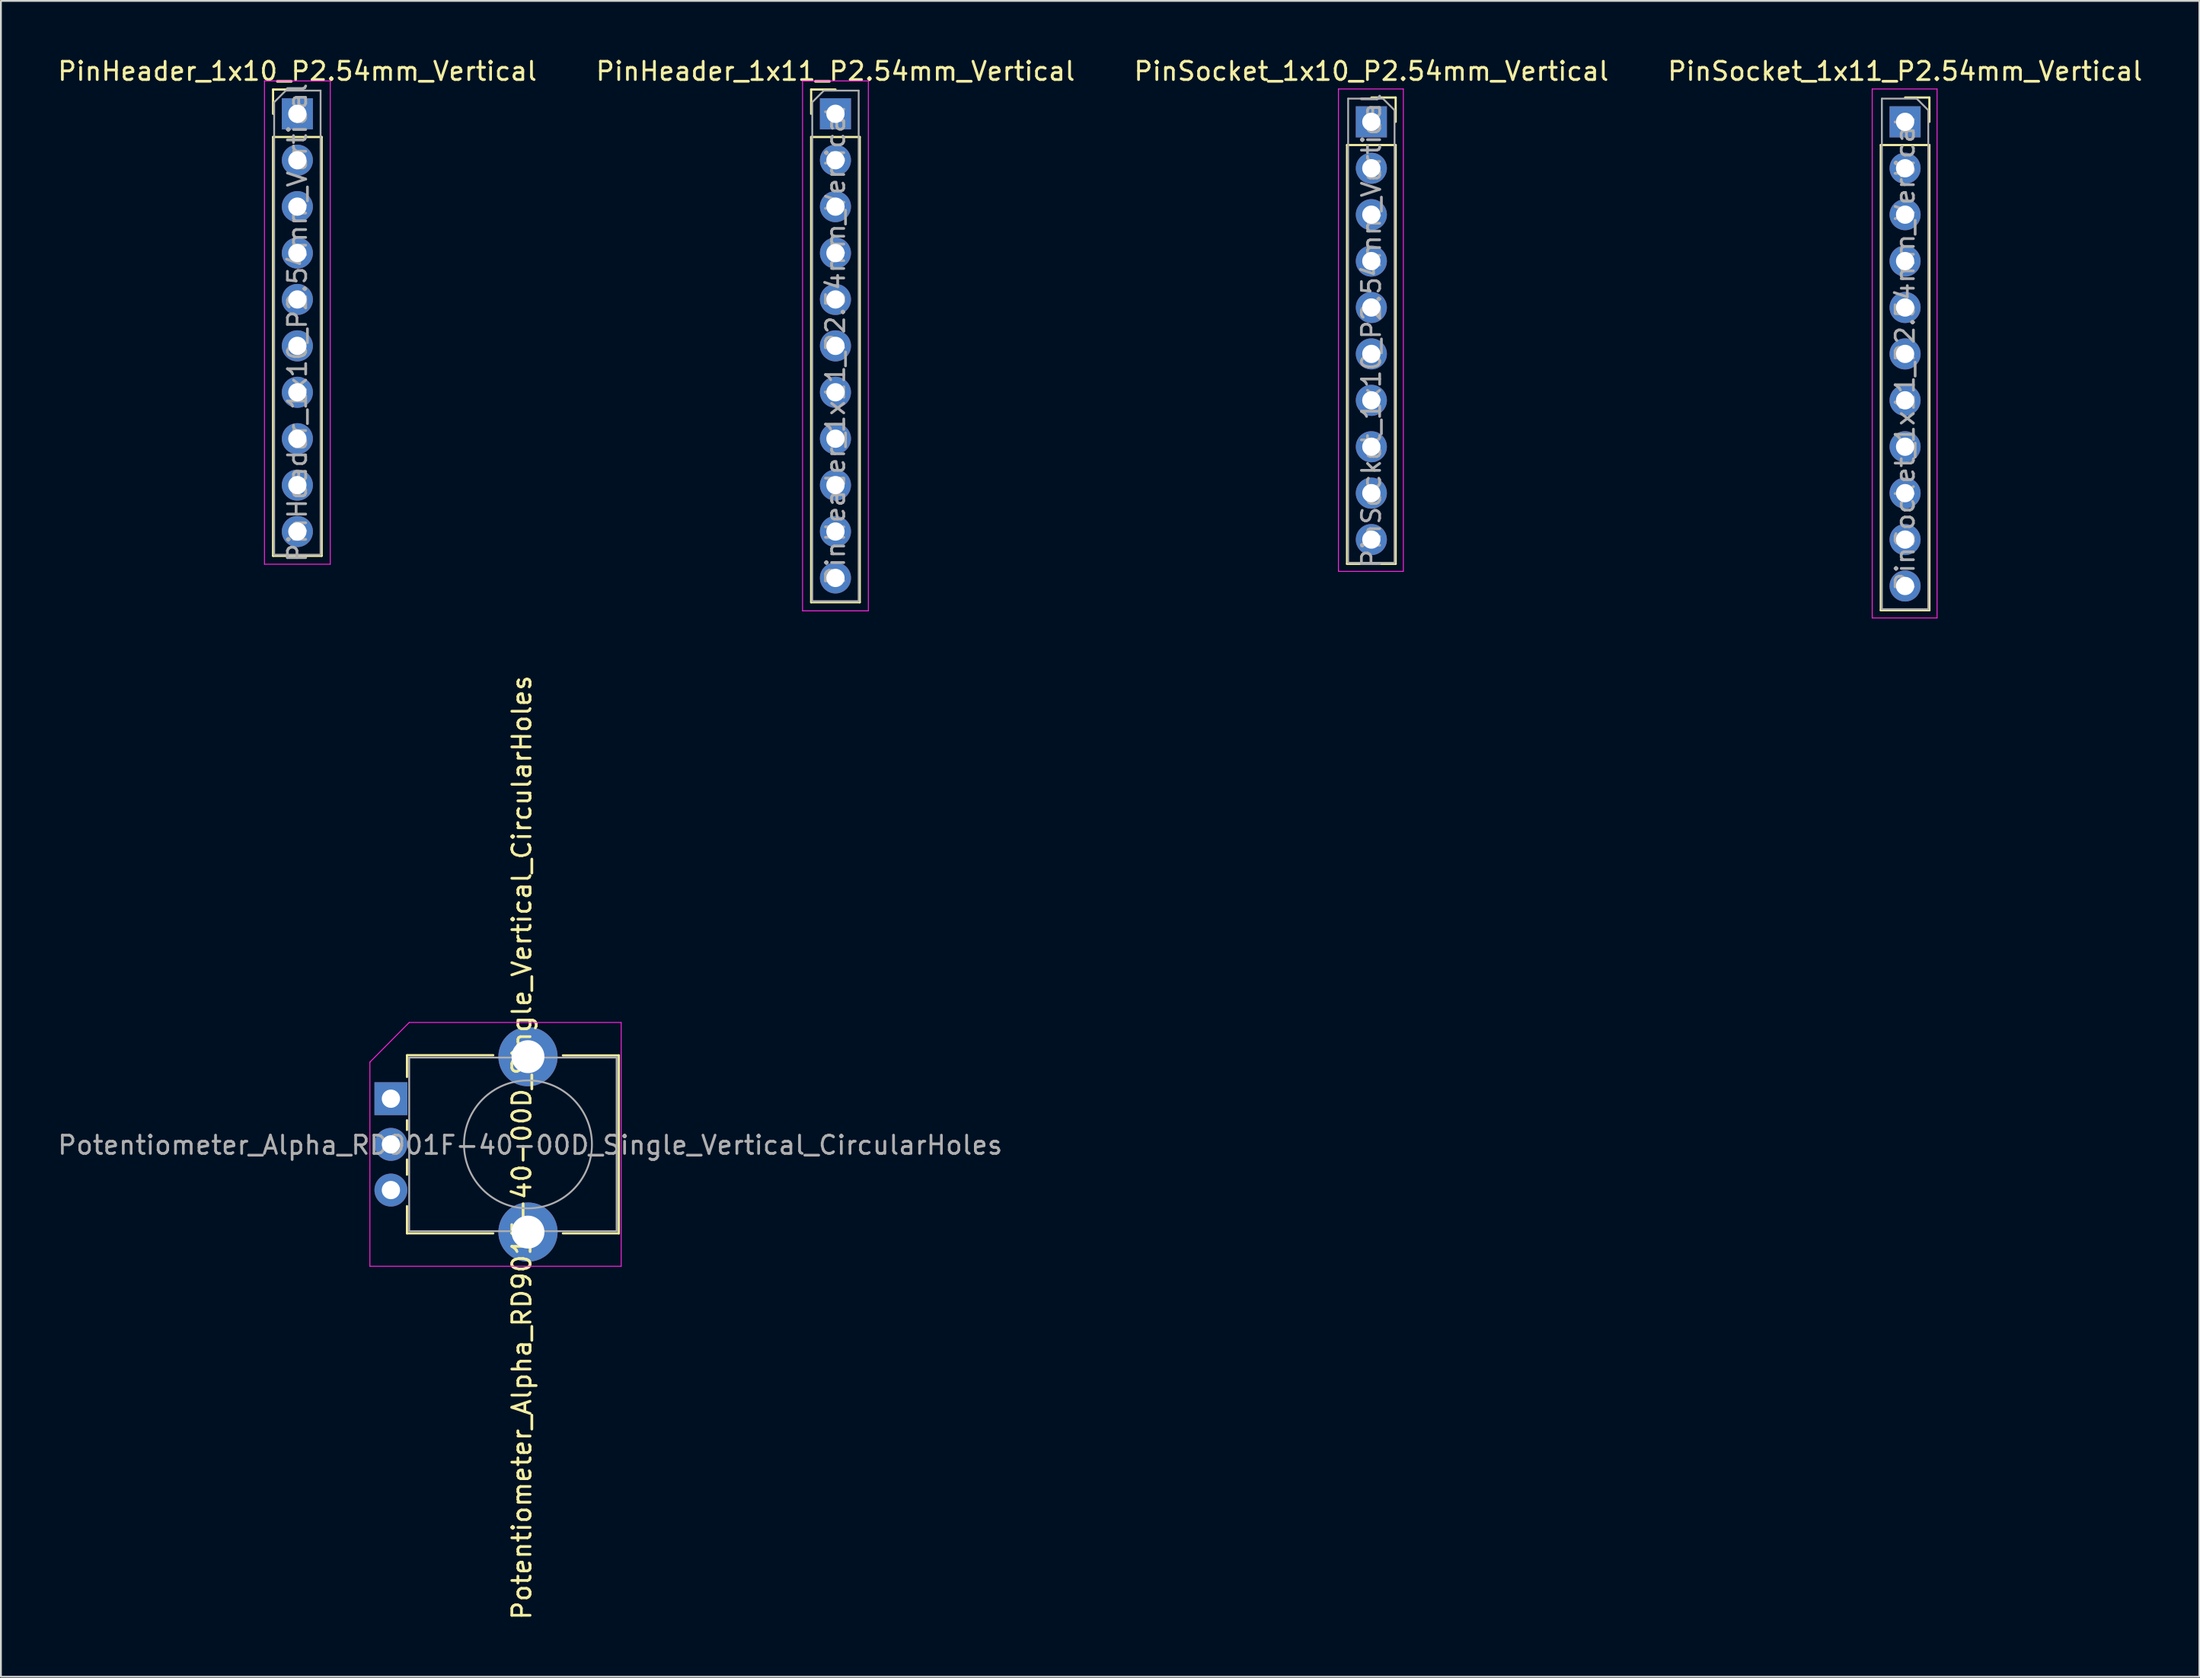
<source format=kicad_pcb>
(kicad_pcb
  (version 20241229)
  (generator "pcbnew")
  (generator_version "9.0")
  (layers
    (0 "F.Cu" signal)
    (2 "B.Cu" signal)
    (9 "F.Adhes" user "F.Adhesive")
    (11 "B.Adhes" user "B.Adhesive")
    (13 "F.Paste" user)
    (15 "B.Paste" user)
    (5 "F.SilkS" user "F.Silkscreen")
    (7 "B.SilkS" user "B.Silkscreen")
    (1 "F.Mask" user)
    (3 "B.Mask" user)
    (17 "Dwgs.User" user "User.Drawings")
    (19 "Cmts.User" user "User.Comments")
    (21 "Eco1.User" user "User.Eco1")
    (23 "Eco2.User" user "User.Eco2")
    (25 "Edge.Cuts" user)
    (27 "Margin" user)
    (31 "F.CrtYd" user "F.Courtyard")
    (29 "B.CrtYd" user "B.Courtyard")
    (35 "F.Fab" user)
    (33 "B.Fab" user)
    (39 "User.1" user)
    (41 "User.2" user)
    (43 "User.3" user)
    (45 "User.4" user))
  (footprint "PinHeader_1x10_P2.54mm_Vertical"
    (layer "F.Cu")
    (at 13.22 3.178)
    (property "Reference" "PinHeader_1x10_P2.54mm_Vertical" (at 0 -2.33 180) (layer "F.SilkS") (effects (font (size 1 1) (thickness 0.15))))
    (attr through_hole)
    (fp_line (start -1.33 -1.33) (end 0 -1.33) (stroke (width 0.12) (type solid)) (layer "F.SilkS"))
    (fp_line (start -1.33 0) (end -1.33 -1.33) (stroke (width 0.12) (type solid)) (layer "F.SilkS"))
    (fp_line (start -1.33 1.27) (end -1.33 24.19) (stroke (width 0.12) (type solid)) (layer "F.SilkS"))
    (fp_line (start -1.33 1.27) (end 1.33 1.27) (stroke (width 0.12) (type solid)) (layer "F.SilkS"))
    (fp_line (start -1.33 24.19) (end 1.33 24.19) (stroke (width 0.12) (type solid)) (layer "F.SilkS"))
    (fp_line (start 1.33 1.27) (end 1.33 24.19) (stroke (width 0.12) (type solid)) (layer "F.SilkS"))
    (fp_line (start -1.8 -1.8) (end -1.8 24.65) (stroke (width 0.05) (type solid)) (layer "F.CrtYd"))
    (fp_line (start -1.8 24.65) (end 1.8 24.65) (stroke (width 0.05) (type solid)) (layer "F.CrtYd"))
    (fp_line (start 1.8 -1.8) (end -1.8 -1.8) (stroke (width 0.05) (type solid)) (layer "F.CrtYd"))
    (fp_line (start 1.8 24.65) (end 1.8 -1.8) (stroke (width 0.05) (type solid)) (layer "F.CrtYd"))
    (fp_line (start -1.27 -0.635) (end -0.635 -1.27) (stroke (width 0.1) (type solid)) (layer "F.Fab"))
    (fp_line (start -1.27 24.13) (end -1.27 -0.635) (stroke (width 0.1) (type solid)) (layer "F.Fab"))
    (fp_line (start -0.635 -1.27) (end 1.27 -1.27) (stroke (width 0.1) (type solid)) (layer "F.Fab"))
    (fp_line (start 1.27 -1.27) (end 1.27 24.13) (stroke (width 0.1) (type solid)) (layer "F.Fab"))
    (fp_line (start 1.27 24.13) (end -1.27 24.13) (stroke (width 0.1) (type solid)) (layer "F.Fab"))
    (fp_text user "${REFERENCE}" (at 0 11.43 270) (layer "F.Fab") (effects (font (size 1 1) (thickness 0.15))))
    (pad "1" thru_hole rect (at 0 0) (size 1.7 1.7) (drill 1) (layers "*.Cu" "*.Mask"))
    (pad "2" thru_hole oval (at 0 2.54) (size 1.7 1.7) (drill 1) (layers "*.Cu" "*.Mask"))
    (pad "3" thru_hole oval (at 0 5.08) (size 1.7 1.7) (drill 1) (layers "*.Cu" "*.Mask"))
    (pad "4" thru_hole oval (at 0 7.62) (size 1.7 1.7) (drill 1) (layers "*.Cu" "*.Mask"))
    (pad "5" thru_hole oval (at 0 10.16) (size 1.7 1.7) (drill 1) (layers "*.Cu" "*.Mask"))
    (pad "6" thru_hole oval (at 0 12.7) (size 1.7 1.7) (drill 1) (layers "*.Cu" "*.Mask"))
    (pad "7" thru_hole oval (at 0 15.24) (size 1.7 1.7) (drill 1) (layers "*.Cu" "*.Mask"))
    (pad "8" thru_hole oval (at 0 17.78) (size 1.7 1.7) (drill 1) (layers "*.Cu" "*.Mask"))
    (pad "9" thru_hole oval (at 0 20.32) (size 1.7 1.7) (drill 1) (layers "*.Cu" "*.Mask"))
    (pad "10" thru_hole oval (at 0 22.86) (size 1.7 1.7) (drill 1) (layers "*.Cu" "*.Mask")))
  (footprint "PinHeader_1x11_P2.54mm_Vertical"
    (layer "F.Cu")
    (at 42.661 3.178)
    (property "Reference" "PinHeader_1x11_P2.54mm_Vertical" (at 0 -2.33 0) (layer "F.SilkS") (effects (font (size 1 1) (thickness 0.15))))
    (attr through_hole)
    (fp_line (start -1.33 -1.33) (end 0 -1.33) (stroke (width 0.12) (type solid)) (layer "F.SilkS"))
    (fp_line (start -1.33 0) (end -1.33 -1.33) (stroke (width 0.12) (type solid)) (layer "F.SilkS"))
    (fp_line (start -1.33 1.27) (end -1.33 26.73) (stroke (width 0.12) (type solid)) (layer "F.SilkS"))
    (fp_line (start -1.33 1.27) (end 1.33 1.27) (stroke (width 0.12) (type solid)) (layer "F.SilkS"))
    (fp_line (start -1.33 26.73) (end 1.33 26.73) (stroke (width 0.12) (type solid)) (layer "F.SilkS"))
    (fp_line (start 1.33 1.27) (end 1.33 26.73) (stroke (width 0.12) (type solid)) (layer "F.SilkS"))
    (fp_line (start -1.8 -1.8) (end -1.8 27.2) (stroke (width 0.05) (type solid)) (layer "F.CrtYd"))
    (fp_line (start -1.8 27.2) (end 1.8 27.2) (stroke (width 0.05) (type solid)) (layer "F.CrtYd"))
    (fp_line (start 1.8 -1.8) (end -1.8 -1.8) (stroke (width 0.05) (type solid)) (layer "F.CrtYd"))
    (fp_line (start 1.8 27.2) (end 1.8 -1.8) (stroke (width 0.05) (type solid)) (layer "F.CrtYd"))
    (fp_line (start -1.27 -0.635) (end -0.635 -1.27) (stroke (width 0.1) (type solid)) (layer "F.Fab"))
    (fp_line (start -1.27 26.67) (end -1.27 -0.635) (stroke (width 0.1) (type solid)) (layer "F.Fab"))
    (fp_line (start -0.635 -1.27) (end 1.27 -1.27) (stroke (width 0.1) (type solid)) (layer "F.Fab"))
    (fp_line (start 1.27 -1.27) (end 1.27 26.67) (stroke (width 0.1) (type solid)) (layer "F.Fab"))
    (fp_line (start 1.27 26.67) (end -1.27 26.67) (stroke (width 0.1) (type solid)) (layer "F.Fab"))
    (fp_text user "${REFERENCE}" (at 0 12.7 90) (layer "F.Fab") (effects (font (size 1 1) (thickness 0.15))))
    (pad "1" thru_hole rect (at 0 0) (size 1.7 1.7) (drill 1) (layers "*.Cu" "*.Mask"))
    (pad "2" thru_hole oval (at 0 2.54) (size 1.7 1.7) (drill 1) (layers "*.Cu" "*.Mask"))
    (pad "3" thru_hole oval (at 0 5.08) (size 1.7 1.7) (drill 1) (layers "*.Cu" "*.Mask"))
    (pad "4" thru_hole oval (at 0 7.62) (size 1.7 1.7) (drill 1) (layers "*.Cu" "*.Mask"))
    (pad "5" thru_hole oval (at 0 10.16) (size 1.7 1.7) (drill 1) (layers "*.Cu" "*.Mask"))
    (pad "6" thru_hole oval (at 0 12.7) (size 1.7 1.7) (drill 1) (layers "*.Cu" "*.Mask"))
    (pad "7" thru_hole oval (at 0 15.24) (size 1.7 1.7) (drill 1) (layers "*.Cu" "*.Mask"))
    (pad "8" thru_hole oval (at 0 17.78) (size 1.7 1.7) (drill 1) (layers "*.Cu" "*.Mask"))
    (pad "9" thru_hole oval (at 0 20.32) (size 1.7 1.7) (drill 1) (layers "*.Cu" "*.Mask"))
    (pad "10" thru_hole oval (at 0 22.86) (size 1.7 1.7) (drill 1) (layers "*.Cu" "*.Mask"))
    (pad "11" thru_hole oval (at 0 25.4) (size 1.7 1.7) (drill 1) (layers "*.Cu" "*.Mask")))
  (footprint "PinSocket_1x10_P2.54mm_Vertical"
    (layer "F.Cu")
    (at 71.982 3.618)
    (property "Reference" "PinSocket_1x10_P2.54mm_Vertical" (at 0 -2.77 0) (layer "F.SilkS") (effects (font (size 1 1) (thickness 0.15))))
    (attr through_hole)
    (fp_line (start -1.33 1.27) (end -1.33 24.19) (stroke (width 0.12) (type solid)) (layer "F.SilkS"))
    (fp_line (start -1.33 1.27) (end 1.33 1.27) (stroke (width 0.12) (type solid)) (layer "F.SilkS"))
    (fp_line (start -1.33 24.19) (end 1.33 24.19) (stroke (width 0.12) (type solid)) (layer "F.SilkS"))
    (fp_line (start 0 -1.33) (end 1.33 -1.33) (stroke (width 0.12) (type solid)) (layer "F.SilkS"))
    (fp_line (start 1.33 -1.33) (end 1.33 0) (stroke (width 0.12) (type solid)) (layer "F.SilkS"))
    (fp_line (start 1.33 1.27) (end 1.33 24.19) (stroke (width 0.12) (type solid)) (layer "F.SilkS"))
    (fp_line (start -1.8 -1.8) (end 1.75 -1.8) (stroke (width 0.05) (type solid)) (layer "F.CrtYd"))
    (fp_line (start -1.8 24.6) (end -1.8 -1.8) (stroke (width 0.05) (type solid)) (layer "F.CrtYd"))
    (fp_line (start 1.75 -1.8) (end 1.75 24.6) (stroke (width 0.05) (type solid)) (layer "F.CrtYd"))
    (fp_line (start 1.75 24.6) (end -1.8 24.6) (stroke (width 0.05) (type solid)) (layer "F.CrtYd"))
    (fp_line (start -1.27 -1.27) (end 0.635 -1.27) (stroke (width 0.1) (type solid)) (layer "F.Fab"))
    (fp_line (start -1.27 24.13) (end -1.27 -1.27) (stroke (width 0.1) (type solid)) (layer "F.Fab"))
    (fp_line (start 0.635 -1.27) (end 1.27 -0.635) (stroke (width 0.1) (type solid)) (layer "F.Fab"))
    (fp_line (start 1.27 -0.635) (end 1.27 24.13) (stroke (width 0.1) (type solid)) (layer "F.Fab"))
    (fp_line (start 1.27 24.13) (end -1.27 24.13) (stroke (width 0.1) (type solid)) (layer "F.Fab"))
    (fp_text user "${REFERENCE}" (at 0 11.43 90) (layer "F.Fab") (effects (font (size 1 1) (thickness 0.15))))
    (pad "1" thru_hole rect (at 0 0 180) (size 1.7 1.7) (drill 1) (layers "*.Cu" "*.Mask"))
    (pad "2" thru_hole oval (at 0 2.54 180) (size 1.7 1.7) (drill 1) (layers "*.Cu" "*.Mask"))
    (pad "3" thru_hole oval (at 0 5.08 180) (size 1.7 1.7) (drill 1) (layers "*.Cu" "*.Mask"))
    (pad "4" thru_hole oval (at 0 7.62 180) (size 1.7 1.7) (drill 1) (layers "*.Cu" "*.Mask"))
    (pad "5" thru_hole oval (at 0 10.16 180) (size 1.7 1.7) (drill 1) (layers "*.Cu" "*.Mask"))
    (pad "6" thru_hole oval (at 0 12.7 180) (size 1.7 1.7) (drill 1) (layers "*.Cu" "*.Mask"))
    (pad "7" thru_hole oval (at 0 15.24 180) (size 1.7 1.7) (drill 1) (layers "*.Cu" "*.Mask"))
    (pad "8" thru_hole oval (at 0 17.78 180) (size 1.7 1.7) (drill 1) (layers "*.Cu" "*.Mask"))
    (pad "9" thru_hole oval (at 0 20.32 180) (size 1.7 1.7) (drill 1) (layers "*.Cu" "*.Mask"))
    (pad "10" thru_hole oval (at 0 22.86 180) (size 1.7 1.7) (drill 1) (layers "*.Cu" "*.Mask")))
  (footprint "PinSocket_1x11_P2.54mm_Vertical"
    (layer "F.Cu")
    (at 101.185 3.618)
    (property "Reference" "PinSocket_1x11_P2.54mm_Vertical" (at 0 -2.77 0) (layer "F.SilkS") (effects (font (size 1 1) (thickness 0.15))))
    (attr through_hole)
    (fp_line (start -1.33 1.27) (end -1.33 26.73) (stroke (width 0.12) (type solid)) (layer "F.SilkS"))
    (fp_line (start -1.33 1.27) (end 1.33 1.27) (stroke (width 0.12) (type solid)) (layer "F.SilkS"))
    (fp_line (start -1.33 26.73) (end 1.33 26.73) (stroke (width 0.12) (type solid)) (layer "F.SilkS"))
    (fp_line (start 0 -1.33) (end 1.33 -1.33) (stroke (width 0.12) (type solid)) (layer "F.SilkS"))
    (fp_line (start 1.33 -1.33) (end 1.33 0) (stroke (width 0.12) (type solid)) (layer "F.SilkS"))
    (fp_line (start 1.33 1.27) (end 1.33 26.73) (stroke (width 0.12) (type solid)) (layer "F.SilkS"))
    (fp_line (start -1.8 -1.8) (end 1.75 -1.8) (stroke (width 0.05) (type solid)) (layer "F.CrtYd"))
    (fp_line (start -1.8 27.15) (end -1.8 -1.8) (stroke (width 0.05) (type solid)) (layer "F.CrtYd"))
    (fp_line (start 1.75 -1.8) (end 1.75 27.15) (stroke (width 0.05) (type solid)) (layer "F.CrtYd"))
    (fp_line (start 1.75 27.15) (end -1.8 27.15) (stroke (width 0.05) (type solid)) (layer "F.CrtYd"))
    (fp_line (start -1.27 -1.27) (end 0.635 -1.27) (stroke (width 0.1) (type solid)) (layer "F.Fab"))
    (fp_line (start -1.27 26.67) (end -1.27 -1.27) (stroke (width 0.1) (type solid)) (layer "F.Fab"))
    (fp_line (start 0.635 -1.27) (end 1.27 -0.635) (stroke (width 0.1) (type solid)) (layer "F.Fab"))
    (fp_line (start 1.27 -0.635) (end 1.27 26.67) (stroke (width 0.1) (type solid)) (layer "F.Fab"))
    (fp_line (start 1.27 26.67) (end -1.27 26.67) (stroke (width 0.1) (type solid)) (layer "F.Fab"))
    (fp_text user "${REFERENCE}" (at 0 12.7 90) (layer "F.Fab") (effects (font (size 1 1) (thickness 0.15))))
    (pad "1" thru_hole rect (at 0 0 180) (size 1.7 1.7) (drill 1) (layers "*.Cu" "*.Mask"))
    (pad "2" thru_hole oval (at 0 2.54 180) (size 1.7 1.7) (drill 1) (layers "*.Cu" "*.Mask"))
    (pad "3" thru_hole oval (at 0 5.08 180) (size 1.7 1.7) (drill 1) (layers "*.Cu" "*.Mask"))
    (pad "4" thru_hole oval (at 0 7.62 180) (size 1.7 1.7) (drill 1) (layers "*.Cu" "*.Mask"))
    (pad "5" thru_hole oval (at 0 10.16 180) (size 1.7 1.7) (drill 1) (layers "*.Cu" "*.Mask"))
    (pad "6" thru_hole oval (at 0 12.7 180) (size 1.7 1.7) (drill 1) (layers "*.Cu" "*.Mask"))
    (pad "7" thru_hole oval (at 0 15.24 180) (size 1.7 1.7) (drill 1) (layers "*.Cu" "*.Mask"))
    (pad "8" thru_hole oval (at 0 17.78 180) (size 1.7 1.7) (drill 1) (layers "*.Cu" "*.Mask"))
    (pad "9" thru_hole oval (at 0 20.32 180) (size 1.7 1.7) (drill 1) (layers "*.Cu" "*.Mask"))
    (pad "10" thru_hole oval (at 0 22.86 180) (size 1.7 1.7) (drill 1) (layers "*.Cu" "*.Mask"))
    (pad "11" thru_hole oval (at 0 25.4 180) (size 1.7 1.7) (drill 1) (layers "*.Cu" "*.Mask")))
  (footprint "Potentiometer_Alpha_RD901F-40-00D_Single_Vertical_CircularHoles"
    (layer "F.Cu")
    (at 18.338 57.077)
    (property "Reference" "Potentiometer_Alpha_RD901F-40-00D_Single_Vertical_CircularHoles" (at 7.16 2.675 270) (layer "F.SilkS") (effects (font (size 1 1) (thickness 0.15))))
    (attr through_hole)
    (fp_line (start 0.88 -2.38) (end 5.6 -2.38) (stroke (width 0.12) (type solid)) (layer "F.SilkS"))
    (fp_line (start 0.88 -1.19) (end 0.88 -2.37) (stroke (width 0.12) (type solid)) (layer "F.SilkS"))
    (fp_line (start 0.88 1.71) (end 0.88 1.18) (stroke (width 0.12) (type solid)) (layer "F.SilkS"))
    (fp_line (start 0.88 4.16) (end 0.88 3.33) (stroke (width 0.12) (type solid)) (layer "F.SilkS"))
    (fp_line (start 0.88 7.37) (end 0.88 5.88) (stroke (width 0.12) (type solid)) (layer "F.SilkS"))
    (fp_line (start 0.88 7.37) (end 5.6 7.37) (stroke (width 0.12) (type solid)) (layer "F.SilkS"))
    (fp_line (start 9.41 -2.37) (end 12.47 -2.37) (stroke (width 0.12) (type solid)) (layer "F.SilkS"))
    (fp_line (start 9.41 7.37) (end 12.47 7.37) (stroke (width 0.12) (type solid)) (layer "F.SilkS"))
    (fp_line (start 12.47 7.37) (end 12.47 -2.37) (stroke (width 0.12) (type solid)) (layer "F.SilkS"))
    (fp_line (start -1.15 -2) (end -1.15 9.17) (stroke (width 0.05) (type solid)) (layer "F.CrtYd"))
    (fp_line (start -1.15 9.17) (end 12.6 9.17) (stroke (width 0.05) (type solid)) (layer "F.CrtYd"))
    (fp_line (start 1 -4.17) (end -1.15 -2) (stroke (width 0.05) (type solid)) (layer "F.CrtYd"))
    (fp_line (start 12.6 -4.17) (end 1 -4.17) (stroke (width 0.05) (type solid)) (layer "F.CrtYd"))
    (fp_line (start 12.6 9.17) (end 12.6 -4.17) (stroke (width 0.05) (type solid)) (layer "F.CrtYd"))
    (fp_line (start 1 -2.25) (end 12.35 -2.25) (stroke (width 0.1) (type solid)) (layer "F.Fab"))
    (fp_line (start 1 7.25) (end 1 -2.25) (stroke (width 0.1) (type solid)) (layer "F.Fab"))
    (fp_line (start 1 7.25) (end 12.35 7.25) (stroke (width 0.1) (type solid)) (layer "F.Fab"))
    (fp_line (start 12.35 7.25) (end 12.35 -2.25) (stroke (width 0.1) (type solid)) (layer "F.Fab"))
    (fp_circle (center 7.5 2.5) (end 7.5 -1) (stroke (width 0.1) (type solid)) (fill no) (layer "F.Fab"))
    (fp_text user "${REFERENCE}" (at 7.62 2.54 0) (layer "F.Fab") (effects (font (size 1 1) (thickness 0.15))))
    (pad "" thru_hole circle (at 7.5 -2.3 90) (size 3.24 3.24) (drill 1.8) (layers "*.Cu" "*.Mask"))
    (pad "" thru_hole circle (at 7.5 7.3 90) (size 3.24 3.24) (drill 1.8) (layers "*.Cu" "*.Mask"))
    (pad "1" thru_hole rect (at 0 0 90) (size 1.8 1.8) (drill 1) (layers "*.Cu" "*.Mask"))
    (pad "2" thru_hole circle (at 0 2.5 90) (size 1.8 1.8) (drill 1) (layers "*.Cu" "*.Mask"))
    (pad "3" thru_hole circle (at 0 5 90) (size 1.8 1.8) (drill 1) (layers "*.Cu" "*.Mask")))
  (gr_rect
    (start -3 -3)
    (end 117.286 88.71)
    (stroke (width 0.1) (type default))
    (fill no)
    (layer "Edge.Cuts")))
</source>
